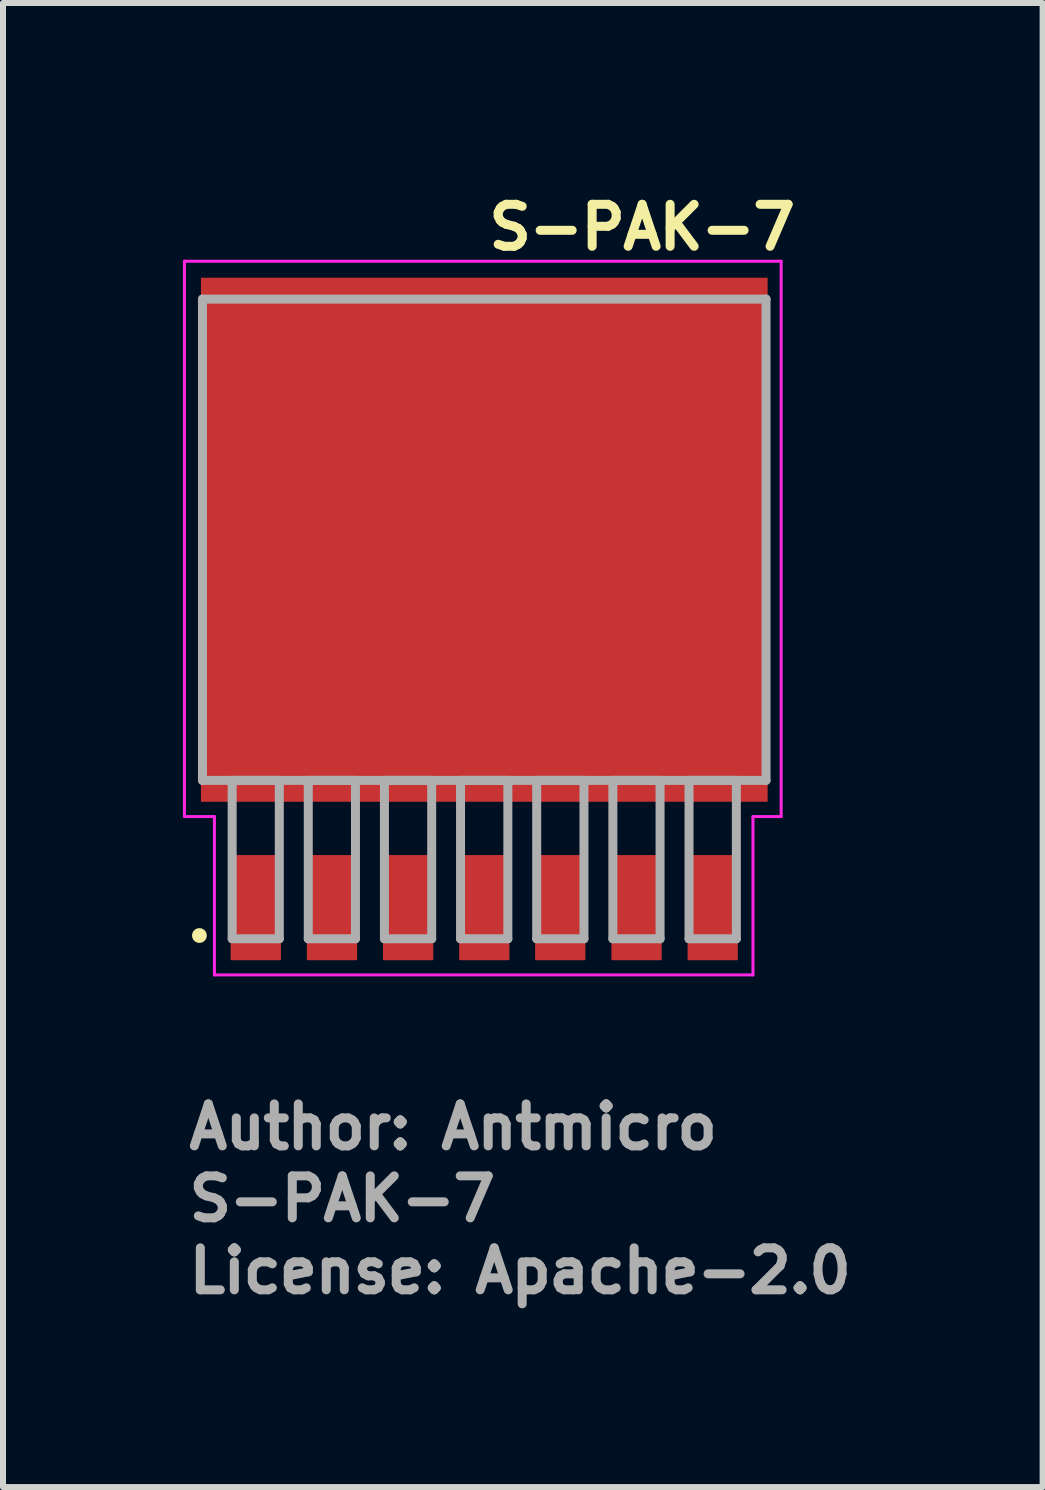
<source format=kicad_pcb>
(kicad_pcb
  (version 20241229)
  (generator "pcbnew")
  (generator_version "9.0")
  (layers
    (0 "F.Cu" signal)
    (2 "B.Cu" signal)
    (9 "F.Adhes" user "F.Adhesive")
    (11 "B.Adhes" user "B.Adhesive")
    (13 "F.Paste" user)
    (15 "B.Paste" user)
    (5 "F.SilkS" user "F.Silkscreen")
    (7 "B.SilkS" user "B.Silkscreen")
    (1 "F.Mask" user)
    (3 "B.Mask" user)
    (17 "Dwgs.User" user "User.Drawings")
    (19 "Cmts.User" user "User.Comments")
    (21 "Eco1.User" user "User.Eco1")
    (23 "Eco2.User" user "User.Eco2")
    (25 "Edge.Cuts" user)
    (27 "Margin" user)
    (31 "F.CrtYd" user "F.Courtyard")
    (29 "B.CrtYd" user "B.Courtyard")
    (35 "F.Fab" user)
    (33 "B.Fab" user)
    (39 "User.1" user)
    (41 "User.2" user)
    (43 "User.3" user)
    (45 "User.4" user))
  (footprint "S-PAK-7"
    (layer "F.Cu")
    (at 5.025 7.386)
    (property "Reference" "S-PAK-7" (at 0 -6.236 0) (unlocked yes) (layer "F.SilkS") (effects (font (size 0.7 0.7) (thickness 0.15)) (justify left bottom)))
    (attr smd)
    (fp_circle (center -4.75 5.163) (end -4.702 5.163) (stroke (width 0.15) (type solid)) (fill yes) (layer "F.SilkS"))
    (fp_line (start -5 -6.08) (end 4.95 -6.08) (stroke (width 0.05) (type solid)) (layer "F.CrtYd"))
    (fp_line (start -5 3.18) (end -5 -6.08) (stroke (width 0.05) (type solid)) (layer "F.CrtYd"))
    (fp_line (start -4.5 3.18) (end -5 3.18) (stroke (width 0.05) (type solid)) (layer "F.CrtYd"))
    (fp_line (start -4.5 5.82) (end -4.5 3.18) (stroke (width 0.05) (type solid)) (layer "F.CrtYd"))
    (fp_line (start 4.48 3.18) (end 4.48 5.82) (stroke (width 0.05) (type solid)) (layer "F.CrtYd"))
    (fp_line (start 4.48 5.82) (end -4.5 5.82) (stroke (width 0.05) (type solid)) (layer "F.CrtYd"))
    (fp_line (start 4.95 -6.08) (end 4.95 3.18) (stroke (width 0.05) (type solid)) (layer "F.CrtYd"))
    (fp_line (start 4.95 3.18) (end 4.48 3.18) (stroke (width 0.05) (type solid)) (layer "F.CrtYd"))
    (fp_line (start -4.699 -5.449) (end -4.699 2.576) (stroke (width 0.15) (type solid)) (layer "F.Fab"))
    (fp_line (start -4.699 2.576) (end 4.698 2.576) (stroke (width 0.15) (type solid)) (layer "F.Fab"))
    (fp_line (start -4.204 2.576) (end -4.204 5.217) (stroke (width 0.15) (type solid)) (layer "F.Fab"))
    (fp_line (start -4.204 5.217) (end -3.418 5.217) (stroke (width 0.15) (type solid)) (layer "F.Fab"))
    (fp_line (start -3.418 2.576) (end -4.204 2.576) (stroke (width 0.15) (type solid)) (layer "F.Fab"))
    (fp_line (start -3.418 5.217) (end -3.418 2.576) (stroke (width 0.15) (type solid)) (layer "F.Fab"))
    (fp_line (start -2.935 2.576) (end -2.935 5.217) (stroke (width 0.15) (type solid)) (layer "F.Fab"))
    (fp_line (start -2.935 5.217) (end -2.148 5.217) (stroke (width 0.15) (type solid)) (layer "F.Fab"))
    (fp_line (start -2.148 2.576) (end -2.935 2.576) (stroke (width 0.15) (type solid)) (layer "F.Fab"))
    (fp_line (start -2.148 5.217) (end -2.148 2.576) (stroke (width 0.15) (type solid)) (layer "F.Fab"))
    (fp_line (start -1.665 2.576) (end -1.665 5.217) (stroke (width 0.15) (type solid)) (layer "F.Fab"))
    (fp_line (start -1.665 5.217) (end -0.877 5.217) (stroke (width 0.15) (type solid)) (layer "F.Fab"))
    (fp_line (start -0.877 2.576) (end -1.665 2.576) (stroke (width 0.15) (type solid)) (layer "F.Fab"))
    (fp_line (start -0.877 5.217) (end -0.877 2.576) (stroke (width 0.15) (type solid)) (layer "F.Fab"))
    (fp_line (start -0.396 2.576) (end -0.396 5.217) (stroke (width 0.15) (type solid)) (layer "F.Fab"))
    (fp_line (start -0.396 5.217) (end 0.393 5.217) (stroke (width 0.15) (type solid)) (layer "F.Fab"))
    (fp_line (start 0.393 2.576) (end -0.396 2.576) (stroke (width 0.15) (type solid)) (layer "F.Fab"))
    (fp_line (start 0.393 5.217) (end 0.393 2.576) (stroke (width 0.15) (type solid)) (layer "F.Fab"))
    (fp_line (start 0.874 2.576) (end 0.874 5.217) (stroke (width 0.15) (type solid)) (layer "F.Fab"))
    (fp_line (start 0.874 5.217) (end 1.662 5.217) (stroke (width 0.15) (type solid)) (layer "F.Fab"))
    (fp_line (start 1.662 2.576) (end 0.874 2.576) (stroke (width 0.15) (type solid)) (layer "F.Fab"))
    (fp_line (start 1.662 5.217) (end 1.662 2.576) (stroke (width 0.15) (type solid)) (layer "F.Fab"))
    (fp_line (start 2.144 2.576) (end 2.144 5.217) (stroke (width 0.15) (type solid)) (layer "F.Fab"))
    (fp_line (start 2.144 5.217) (end 2.931 5.217) (stroke (width 0.15) (type solid)) (layer "F.Fab"))
    (fp_line (start 2.931 2.576) (end 2.144 2.576) (stroke (width 0.15) (type solid)) (layer "F.Fab"))
    (fp_line (start 2.931 5.217) (end 2.931 2.576) (stroke (width 0.15) (type solid)) (layer "F.Fab"))
    (fp_line (start 3.414 2.576) (end 3.414 5.217) (stroke (width 0.15) (type solid)) (layer "F.Fab"))
    (fp_line (start 3.414 5.217) (end 4.203 5.217) (stroke (width 0.15) (type solid)) (layer "F.Fab"))
    (fp_line (start 4.203 2.576) (end 3.414 2.576) (stroke (width 0.15) (type solid)) (layer "F.Fab"))
    (fp_line (start 4.203 5.217) (end 4.203 2.576) (stroke (width 0.15) (type solid)) (layer "F.Fab"))
    (fp_line (start 4.698 -5.449) (end -4.699 -5.449) (stroke (width 0.15) (type solid)) (layer "F.Fab"))
    (fp_line (start 4.698 2.576) (end 4.698 -5.449) (stroke (width 0.15) (type solid)) (layer "F.Fab"))
    (fp_rect (start -4.763 -5.335) (end 4.761 5.333) (stroke (width 0.1) (type solid)) (fill no) (layer "User.5"))
    (fp_line (start -4.763 -5.335) (end -4.763 4.062) (stroke (width 0.02) (type solid)) (layer "User.9"))
    (fp_line (start -4.763 4.062) (end 4.761 4.062) (stroke (width 0.02) (type solid)) (layer "User.9"))
    (fp_line (start -4.204 4.318) (end -4.204 4.062) (stroke (width 0.02) (type solid)) (layer "User.9"))
    (fp_line (start -4.204 4.791) (end -4.204 4.318) (stroke (width 0.02) (type solid)) (layer "User.9"))
    (fp_line (start -4.204 4.842) (end -4.204 4.791) (stroke (width 0.02) (type solid)) (layer "User.9"))
    (fp_line (start -4.204 5.078) (end -4.204 4.842) (stroke (width 0.02) (type solid)) (layer "User.9"))
    (fp_line (start -4.204 5.333) (end -4.204 5.078) (stroke (width 0.02) (type solid)) (layer "User.9"))
    (fp_line (start -4.05 2.818) (end -4.05 2.818) (stroke (width 0.02) (type solid)) (layer "User.9"))
    (fp_line (start -4.05 2.818) (end -4.048 2.83) (stroke (width 0.02) (type solid)) (layer "User.9"))
    (fp_line (start -4.048 2.805) (end -4.05 2.818) (stroke (width 0.02) (type solid)) (layer "User.9"))
    (fp_line (start -4.048 2.83) (end -4.047 2.842) (stroke (width 0.02) (type solid)) (layer "User.9"))
    (fp_line (start -4.047 2.781) (end -4.047 2.793) (stroke (width 0.02) (type solid)) (layer "User.9"))
    (fp_line (start -4.047 2.793) (end -4.048 2.805) (stroke (width 0.02) (type solid)) (layer "User.9"))
    (fp_line (start -4.047 2.842) (end -4.047 2.854) (stroke (width 0.02) (type solid)) (layer "User.9"))
    (fp_line (start -4.047 2.854) (end -4.045 2.865) (stroke (width 0.02) (type solid)) (layer "User.9"))
    (fp_line (start -4.045 2.769) (end -4.047 2.781) (stroke (width 0.02) (type solid)) (layer "User.9"))
    (fp_line (start -4.045 2.865) (end -4.042 2.877) (stroke (width 0.02) (type solid)) (layer "User.9"))
    (fp_line (start -4.042 2.757) (end -4.045 2.769) (stroke (width 0.02) (type solid)) (layer "User.9"))
    (fp_line (start -4.042 2.877) (end -4.039 2.887) (stroke (width 0.02) (type solid)) (layer "User.9"))
    (fp_line (start -4.039 2.746) (end -4.042 2.757) (stroke (width 0.02) (type solid)) (layer "User.9"))
    (fp_line (start -4.039 2.887) (end -4.034 2.898) (stroke (width 0.02) (type solid)) (layer "User.9"))
    (fp_line (start -4.034 2.736) (end -4.039 2.746) (stroke (width 0.02) (type solid)) (layer "User.9"))
    (fp_line (start -4.034 2.898) (end -4.031 2.91) (stroke (width 0.02) (type solid)) (layer "User.9"))
    (fp_line (start -4.031 2.725) (end -4.034 2.736) (stroke (width 0.02) (type solid)) (layer "User.9"))
    (fp_line (start -4.031 2.91) (end -4.026 2.921) (stroke (width 0.02) (type solid)) (layer "User.9"))
    (fp_line (start -4.026 2.713) (end -4.031 2.725) (stroke (width 0.02) (type solid)) (layer "User.9"))
    (fp_line (start -4.026 2.921) (end -4.021 2.93) (stroke (width 0.02) (type solid)) (layer "User.9"))
    (fp_line (start -4.021 2.704) (end -4.026 2.713) (stroke (width 0.02) (type solid)) (layer "User.9"))
    (fp_line (start -4.021 2.93) (end -4.015 2.941) (stroke (width 0.02) (type solid)) (layer "User.9"))
    (fp_line (start -4.015 2.693) (end -4.021 2.704) (stroke (width 0.02) (type solid)) (layer "User.9"))
    (fp_line (start -4.015 2.941) (end -4.008 2.951) (stroke (width 0.02) (type solid)) (layer "User.9"))
    (fp_line (start -4.008 2.684) (end -4.015 2.693) (stroke (width 0.02) (type solid)) (layer "User.9"))
    (fp_line (start -4.008 2.951) (end -4.002 2.959) (stroke (width 0.02) (type solid)) (layer "User.9"))
    (fp_line (start -4.002 2.675) (end -4.008 2.684) (stroke (width 0.02) (type solid)) (layer "User.9"))
    (fp_line (start -4.002 2.959) (end -3.995 2.968) (stroke (width 0.02) (type solid)) (layer "User.9"))
    (fp_line (start -3.995 2.665) (end -4.002 2.675) (stroke (width 0.02) (type solid)) (layer "User.9"))
    (fp_line (start -3.995 2.968) (end -3.988 2.978) (stroke (width 0.02) (type solid)) (layer "User.9"))
    (fp_line (start -3.988 2.656) (end -3.995 2.665) (stroke (width 0.02) (type solid)) (layer "User.9"))
    (fp_line (start -3.988 2.978) (end -3.98 2.986) (stroke (width 0.02) (type solid)) (layer "User.9"))
    (fp_line (start -3.98 2.648) (end -3.988 2.656) (stroke (width 0.02) (type solid)) (layer "User.9"))
    (fp_line (start -3.98 2.986) (end -3.972 2.994) (stroke (width 0.02) (type solid)) (layer "User.9"))
    (fp_line (start -3.972 2.64) (end -3.98 2.648) (stroke (width 0.02) (type solid)) (layer "User.9"))
    (fp_line (start -3.972 2.994) (end -3.963 3) (stroke (width 0.02) (type solid)) (layer "User.9"))
    (fp_line (start -3.963 2.633) (end -3.972 2.64) (stroke (width 0.02) (type solid)) (layer "User.9"))
    (fp_line (start -3.963 3) (end -3.954 3.007) (stroke (width 0.02) (type solid)) (layer "User.9"))
    (fp_line (start -3.954 2.627) (end -3.963 2.633) (stroke (width 0.02) (type solid)) (layer "User.9"))
    (fp_line (start -3.954 3.007) (end -3.944 3.015) (stroke (width 0.02) (type solid)) (layer "User.9"))
    (fp_line (start -3.944 2.62) (end -3.954 2.627) (stroke (width 0.02) (type solid)) (layer "User.9"))
    (fp_line (start -3.944 3.015) (end -3.935 3.02) (stroke (width 0.02) (type solid)) (layer "User.9"))
    (fp_line (start -3.935 2.613) (end -3.944 2.62) (stroke (width 0.02) (type solid)) (layer "User.9"))
    (fp_line (start -3.935 3.02) (end -3.924 3.027) (stroke (width 0.02) (type solid)) (layer "User.9"))
    (fp_line (start -3.924 2.608) (end -3.935 2.613) (stroke (width 0.02) (type solid)) (layer "User.9"))
    (fp_line (start -3.924 3.027) (end -3.915 3.031) (stroke (width 0.02) (type solid)) (layer "User.9"))
    (fp_line (start -3.915 2.603) (end -3.924 2.608) (stroke (width 0.02) (type solid)) (layer "User.9"))
    (fp_line (start -3.915 3.031) (end -3.903 3.036) (stroke (width 0.02) (type solid)) (layer "User.9"))
    (fp_line (start -3.903 2.597) (end -3.915 2.603) (stroke (width 0.02) (type solid)) (layer "User.9"))
    (fp_line (start -3.903 3.036) (end -3.892 3.04) (stroke (width 0.02) (type solid)) (layer "User.9"))
    (fp_line (start -3.892 2.593) (end -3.903 2.597) (stroke (width 0.02) (type solid)) (layer "User.9"))
    (fp_line (start -3.892 3.04) (end -3.882 3.044) (stroke (width 0.02) (type solid)) (layer "User.9"))
    (fp_line (start -3.882 2.589) (end -3.892 2.593) (stroke (width 0.02) (type solid)) (layer "User.9"))
    (fp_line (start -3.882 3.044) (end -3.871 3.047) (stroke (width 0.02) (type solid)) (layer "User.9"))
    (fp_line (start -3.871 2.587) (end -3.882 2.589) (stroke (width 0.02) (type solid)) (layer "User.9"))
    (fp_line (start -3.871 3.047) (end -3.859 3.051) (stroke (width 0.02) (type solid)) (layer "User.9"))
    (fp_line (start -3.859 2.584) (end -3.871 2.587) (stroke (width 0.02) (type solid)) (layer "User.9"))
    (fp_line (start -3.859 3.051) (end -3.847 3.052) (stroke (width 0.02) (type solid)) (layer "User.9"))
    (fp_line (start -3.847 2.581) (end -3.859 2.584) (stroke (width 0.02) (type solid)) (layer "User.9"))
    (fp_line (start -3.847 3.052) (end -3.835 3.054) (stroke (width 0.02) (type solid)) (layer "User.9"))
    (fp_line (start -3.835 2.58) (end -3.847 2.581) (stroke (width 0.02) (type solid)) (layer "User.9"))
    (fp_line (start -3.835 3.054) (end -3.823 3.055) (stroke (width 0.02) (type solid)) (layer "User.9"))
    (fp_line (start -3.823 2.58) (end -3.835 2.58) (stroke (width 0.02) (type solid)) (layer "User.9"))
    (fp_line (start -3.823 3.055) (end -3.81 3.055) (stroke (width 0.02) (type solid)) (layer "User.9"))
    (fp_line (start -3.81 2.579) (end -3.823 2.58) (stroke (width 0.02) (type solid)) (layer "User.9"))
    (fp_line (start -3.81 2.579) (end -3.81 2.579) (stroke (width 0.02) (type solid)) (layer "User.9"))
    (fp_line (start -3.81 3.055) (end -3.81 3.055) (stroke (width 0.02) (type solid)) (layer "User.9"))
    (fp_line (start -3.81 3.055) (end -3.798 3.055) (stroke (width 0.02) (type solid)) (layer "User.9"))
    (fp_line (start -3.798 2.58) (end -3.81 2.579) (stroke (width 0.02) (type solid)) (layer "User.9"))
    (fp_line (start -3.798 3.055) (end -3.786 3.054) (stroke (width 0.02) (type solid)) (layer "User.9"))
    (fp_line (start -3.786 2.58) (end -3.798 2.58) (stroke (width 0.02) (type solid)) (layer "User.9"))
    (fp_line (start -3.786 3.054) (end -3.774 3.052) (stroke (width 0.02) (type solid)) (layer "User.9"))
    (fp_line (start -3.774 2.581) (end -3.786 2.58) (stroke (width 0.02) (type solid)) (layer "User.9"))
    (fp_line (start -3.774 3.052) (end -3.763 3.051) (stroke (width 0.02) (type solid)) (layer "User.9"))
    (fp_line (start -3.763 2.584) (end -3.774 2.581) (stroke (width 0.02) (type solid)) (layer "User.9"))
    (fp_line (start -3.763 3.051) (end -3.751 3.047) (stroke (width 0.02) (type solid)) (layer "User.9"))
    (fp_line (start -3.751 2.587) (end -3.763 2.584) (stroke (width 0.02) (type solid)) (layer "User.9"))
    (fp_line (start -3.751 3.047) (end -3.741 3.044) (stroke (width 0.02) (type solid)) (layer "User.9"))
    (fp_line (start -3.741 2.589) (end -3.751 2.587) (stroke (width 0.02) (type solid)) (layer "User.9"))
    (fp_line (start -3.741 3.044) (end -3.73 3.04) (stroke (width 0.02) (type solid)) (layer "User.9"))
    (fp_line (start -3.73 2.593) (end -3.741 2.589) (stroke (width 0.02) (type solid)) (layer "User.9"))
    (fp_line (start -3.73 3.04) (end -3.718 3.036) (stroke (width 0.02) (type solid)) (layer "User.9"))
    (fp_line (start -3.718 2.597) (end -3.73 2.593) (stroke (width 0.02) (type solid)) (layer "User.9"))
    (fp_line (start -3.718 3.036) (end -3.708 3.031) (stroke (width 0.02) (type solid)) (layer "User.9"))
    (fp_line (start -3.708 2.603) (end -3.718 2.597) (stroke (width 0.02) (type solid)) (layer "User.9"))
    (fp_line (start -3.708 3.031) (end -3.697 3.027) (stroke (width 0.02) (type solid)) (layer "User.9"))
    (fp_line (start -3.697 2.608) (end -3.708 2.603) (stroke (width 0.02) (type solid)) (layer "User.9"))
    (fp_line (start -3.697 3.027) (end -3.688 3.02) (stroke (width 0.02) (type solid)) (layer "User.9"))
    (fp_line (start -3.688 2.613) (end -3.697 2.608) (stroke (width 0.02) (type solid)) (layer "User.9"))
    (fp_line (start -3.688 3.02) (end -3.677 3.015) (stroke (width 0.02) (type solid)) (layer "User.9"))
    (fp_line (start -3.677 2.62) (end -3.688 2.613) (stroke (width 0.02) (type solid)) (layer "User.9"))
    (fp_line (start -3.677 3.015) (end -3.669 3.007) (stroke (width 0.02) (type solid)) (layer "User.9"))
    (fp_line (start -3.669 2.627) (end -3.677 2.62) (stroke (width 0.02) (type solid)) (layer "User.9"))
    (fp_line (start -3.669 3.007) (end -3.66 3) (stroke (width 0.02) (type solid)) (layer "User.9"))
    (fp_line (start -3.66 2.633) (end -3.669 2.627) (stroke (width 0.02) (type solid)) (layer "User.9"))
    (fp_line (start -3.66 3) (end -3.65 2.994) (stroke (width 0.02) (type solid)) (layer "User.9"))
    (fp_line (start -3.65 2.64) (end -3.66 2.633) (stroke (width 0.02) (type solid)) (layer "User.9"))
    (fp_line (start -3.65 2.994) (end -3.642 2.986) (stroke (width 0.02) (type solid)) (layer "User.9"))
    (fp_line (start -3.642 2.648) (end -3.65 2.64) (stroke (width 0.02) (type solid)) (layer "User.9"))
    (fp_line (start -3.642 2.986) (end -3.634 2.978) (stroke (width 0.02) (type solid)) (layer "User.9"))
    (fp_line (start -3.634 2.656) (end -3.642 2.648) (stroke (width 0.02) (type solid)) (layer "User.9"))
    (fp_line (start -3.634 2.978) (end -3.628 2.968) (stroke (width 0.02) (type solid)) (layer "User.9"))
    (fp_line (start -3.628 2.665) (end -3.634 2.656) (stroke (width 0.02) (type solid)) (layer "User.9"))
    (fp_line (start -3.628 2.968) (end -3.621 2.959) (stroke (width 0.02) (type solid)) (layer "User.9"))
    (fp_line (start -3.621 2.675) (end -3.628 2.665) (stroke (width 0.02) (type solid)) (layer "User.9"))
    (fp_line (start -3.621 2.959) (end -3.613 2.951) (stroke (width 0.02) (type solid)) (layer "User.9"))
    (fp_line (start -3.613 2.684) (end -3.621 2.675) (stroke (width 0.02) (type solid)) (layer "User.9"))
    (fp_line (start -3.613 2.951) (end -3.608 2.941) (stroke (width 0.02) (type solid)) (layer "User.9"))
    (fp_line (start -3.608 2.693) (end -3.613 2.684) (stroke (width 0.02) (type solid)) (layer "User.9"))
    (fp_line (start -3.608 2.941) (end -3.601 2.93) (stroke (width 0.02) (type solid)) (layer "User.9"))
    (fp_line (start -3.601 2.704) (end -3.608 2.693) (stroke (width 0.02) (type solid)) (layer "User.9"))
    (fp_line (start -3.601 2.93) (end -3.597 2.921) (stroke (width 0.02) (type solid)) (layer "User.9"))
    (fp_line (start -3.597 2.713) (end -3.601 2.704) (stroke (width 0.02) (type solid)) (layer "User.9"))
    (fp_line (start -3.597 2.921) (end -3.592 2.91) (stroke (width 0.02) (type solid)) (layer "User.9"))
    (fp_line (start -3.592 2.725) (end -3.597 2.713) (stroke (width 0.02) (type solid)) (layer "User.9"))
    (fp_line (start -3.592 2.91) (end -3.588 2.898) (stroke (width 0.02) (type solid)) (layer "User.9"))
    (fp_line (start -3.588 2.736) (end -3.592 2.725) (stroke (width 0.02) (type solid)) (layer "User.9"))
    (fp_line (start -3.588 2.898) (end -3.584 2.887) (stroke (width 0.02) (type solid)) (layer "User.9"))
    (fp_line (start -3.584 2.746) (end -3.588 2.736) (stroke (width 0.02) (type solid)) (layer "User.9"))
    (fp_line (start -3.584 2.887) (end -3.58 2.877) (stroke (width 0.02) (type solid)) (layer "User.9"))
    (fp_line (start -3.58 2.757) (end -3.584 2.746) (stroke (width 0.02) (type solid)) (layer "User.9"))
    (fp_line (start -3.58 2.877) (end -3.577 2.865) (stroke (width 0.02) (type solid)) (layer "User.9"))
    (fp_line (start -3.577 2.769) (end -3.58 2.757) (stroke (width 0.02) (type solid)) (layer "User.9"))
    (fp_line (start -3.577 2.865) (end -3.576 2.854) (stroke (width 0.02) (type solid)) (layer "User.9"))
    (fp_line (start -3.576 2.781) (end -3.577 2.769) (stroke (width 0.02) (type solid)) (layer "User.9"))
    (fp_line (start -3.576 2.854) (end -3.575 2.842) (stroke (width 0.02) (type solid)) (layer "User.9"))
    (fp_line (start -3.575 2.793) (end -3.576 2.781) (stroke (width 0.02) (type solid)) (layer "User.9"))
    (fp_line (start -3.575 2.842) (end -3.573 2.83) (stroke (width 0.02) (type solid)) (layer "User.9"))
    (fp_line (start -3.573 2.805) (end -3.575 2.793) (stroke (width 0.02) (type solid)) (layer "User.9"))
    (fp_line (start -3.573 2.83) (end -3.572 2.818) (stroke (width 0.02) (type solid)) (layer "User.9"))
    (fp_line (start -3.572 2.818) (end -3.573 2.805) (stroke (width 0.02) (type solid)) (layer "User.9"))
    (fp_line (start -3.572 2.818) (end -3.572 2.818) (stroke (width 0.02) (type solid)) (layer "User.9"))
    (fp_line (start -3.572 2.818) (end -3.572 2.818) (stroke (width 0.02) (type solid)) (layer "User.9"))
    (fp_line (start -3.416 4.062) (end -3.416 4.318) (stroke (width 0.02) (type solid)) (layer "User.9"))
    (fp_line (start -3.416 4.318) (end -3.416 4.791) (stroke (width 0.02) (type solid)) (layer "User.9"))
    (fp_line (start -3.416 4.791) (end -3.416 4.842) (stroke (width 0.02) (type solid)) (layer "User.9"))
    (fp_line (start -3.416 4.842) (end -3.416 5.078) (stroke (width 0.02) (type solid)) (layer "User.9"))
    (fp_line (start -3.416 5.078) (end -3.416 5.333) (stroke (width 0.02) (type solid)) (layer "User.9"))
    (fp_line (start -3.416 5.333) (end -4.204 5.333) (stroke (width 0.02) (type solid)) (layer "User.9"))
    (fp_line (start -2.935 4.318) (end -2.935 4.062) (stroke (width 0.02) (type solid)) (layer "User.9"))
    (fp_line (start -2.935 4.791) (end -2.935 4.318) (stroke (width 0.02) (type solid)) (layer "User.9"))
    (fp_line (start -2.935 4.842) (end -2.935 4.791) (stroke (width 0.02) (type solid)) (layer "User.9"))
    (fp_line (start -2.935 5.078) (end -2.935 4.842) (stroke (width 0.02) (type solid)) (layer "User.9"))
    (fp_line (start -2.935 5.333) (end -2.935 5.078) (stroke (width 0.02) (type solid)) (layer "User.9"))
    (fp_line (start -2.146 4.062) (end -2.146 4.318) (stroke (width 0.02) (type solid)) (layer "User.9"))
    (fp_line (start -2.146 4.318) (end -2.146 4.791) (stroke (width 0.02) (type solid)) (layer "User.9"))
    (fp_line (start -2.146 4.791) (end -2.146 4.842) (stroke (width 0.02) (type solid)) (layer "User.9"))
    (fp_line (start -2.146 4.842) (end -2.146 5.078) (stroke (width 0.02) (type solid)) (layer "User.9"))
    (fp_line (start -2.146 5.078) (end -2.146 5.333) (stroke (width 0.02) (type solid)) (layer "User.9"))
    (fp_line (start -2.146 5.333) (end -2.935 5.333) (stroke (width 0.02) (type solid)) (layer "User.9"))
    (fp_line (start -1.665 4.318) (end -1.665 4.062) (stroke (width 0.02) (type solid)) (layer "User.9"))
    (fp_line (start -1.665 4.791) (end -1.665 4.318) (stroke (width 0.02) (type solid)) (layer "User.9"))
    (fp_line (start -1.665 4.842) (end -1.665 4.791) (stroke (width 0.02) (type solid)) (layer "User.9"))
    (fp_line (start -1.665 5.078) (end -1.665 4.842) (stroke (width 0.02) (type solid)) (layer "User.9"))
    (fp_line (start -1.665 5.333) (end -1.665 5.078) (stroke (width 0.02) (type solid)) (layer "User.9"))
    (fp_line (start -0.876 4.062) (end -0.876 4.318) (stroke (width 0.02) (type solid)) (layer "User.9"))
    (fp_line (start -0.876 4.318) (end -0.876 4.791) (stroke (width 0.02) (type solid)) (layer "User.9"))
    (fp_line (start -0.876 4.791) (end -0.876 4.842) (stroke (width 0.02) (type solid)) (layer "User.9"))
    (fp_line (start -0.876 4.842) (end -0.876 5.078) (stroke (width 0.02) (type solid)) (layer "User.9"))
    (fp_line (start -0.876 5.078) (end -0.876 5.333) (stroke (width 0.02) (type solid)) (layer "User.9"))
    (fp_line (start -0.876 5.333) (end -1.665 5.333) (stroke (width 0.02) (type solid)) (layer "User.9"))
    (fp_line (start -0.396 4.318) (end -0.396 4.062) (stroke (width 0.02) (type solid)) (layer "User.9"))
    (fp_line (start -0.396 4.791) (end -0.396 4.318) (stroke (width 0.02) (type solid)) (layer "User.9"))
    (fp_line (start -0.396 4.842) (end -0.396 4.791) (stroke (width 0.02) (type solid)) (layer "User.9"))
    (fp_line (start -0.396 5.078) (end -0.396 4.842) (stroke (width 0.02) (type solid)) (layer "User.9"))
    (fp_line (start -0.396 5.333) (end -0.396 5.078) (stroke (width 0.02) (type solid)) (layer "User.9"))
    (fp_line (start 0.394 4.062) (end 0.394 4.318) (stroke (width 0.02) (type solid)) (layer "User.9"))
    (fp_line (start 0.394 4.318) (end 0.394 4.791) (stroke (width 0.02) (type solid)) (layer "User.9"))
    (fp_line (start 0.394 4.791) (end 0.394 4.842) (stroke (width 0.02) (type solid)) (layer "User.9"))
    (fp_line (start 0.394 4.842) (end 0.394 5.078) (stroke (width 0.02) (type solid)) (layer "User.9"))
    (fp_line (start 0.394 5.078) (end 0.394 5.333) (stroke (width 0.02) (type solid)) (layer "User.9"))
    (fp_line (start 0.394 5.333) (end -0.396 5.333) (stroke (width 0.02) (type solid)) (layer "User.9"))
    (fp_line (start 0.874 4.318) (end 0.874 4.062) (stroke (width 0.02) (type solid)) (layer "User.9"))
    (fp_line (start 0.874 4.791) (end 0.874 4.318) (stroke (width 0.02) (type solid)) (layer "User.9"))
    (fp_line (start 0.874 4.842) (end 0.874 4.791) (stroke (width 0.02) (type solid)) (layer "User.9"))
    (fp_line (start 0.874 5.078) (end 0.874 4.842) (stroke (width 0.02) (type solid)) (layer "User.9"))
    (fp_line (start 0.874 5.333) (end 0.874 5.078) (stroke (width 0.02) (type solid)) (layer "User.9"))
    (fp_line (start 1.662 4.062) (end 1.662 4.318) (stroke (width 0.02) (type solid)) (layer "User.9"))
    (fp_line (start 1.662 4.318) (end 1.662 4.791) (stroke (width 0.02) (type solid)) (layer "User.9"))
    (fp_line (start 1.662 4.791) (end 1.662 4.842) (stroke (width 0.02) (type solid)) (layer "User.9"))
    (fp_line (start 1.662 4.842) (end 1.662 5.078) (stroke (width 0.02) (type solid)) (layer "User.9"))
    (fp_line (start 1.662 5.078) (end 1.662 5.333) (stroke (width 0.02) (type solid)) (layer "User.9"))
    (fp_line (start 1.662 5.333) (end 0.874 5.333) (stroke (width 0.02) (type solid)) (layer "User.9"))
    (fp_line (start 2.144 4.318) (end 2.144 4.062) (stroke (width 0.02) (type solid)) (layer "User.9"))
    (fp_line (start 2.144 4.791) (end 2.144 4.318) (stroke (width 0.02) (type solid)) (layer "User.9"))
    (fp_line (start 2.144 4.842) (end 2.144 4.791) (stroke (width 0.02) (type solid)) (layer "User.9"))
    (fp_line (start 2.144 5.078) (end 2.144 4.842) (stroke (width 0.02) (type solid)) (layer "User.9"))
    (fp_line (start 2.144 5.333) (end 2.144 5.078) (stroke (width 0.02) (type solid)) (layer "User.9"))
    (fp_line (start 2.934 4.062) (end 2.934 4.318) (stroke (width 0.02) (type solid)) (layer "User.9"))
    (fp_line (start 2.934 4.318) (end 2.934 4.791) (stroke (width 0.02) (type solid)) (layer "User.9"))
    (fp_line (start 2.934 4.791) (end 2.934 4.842) (stroke (width 0.02) (type solid)) (layer "User.9"))
    (fp_line (start 2.934 4.842) (end 2.934 5.078) (stroke (width 0.02) (type solid)) (layer "User.9"))
    (fp_line (start 2.934 5.078) (end 2.934 5.333) (stroke (width 0.02) (type solid)) (layer "User.9"))
    (fp_line (start 2.934 5.333) (end 2.144 5.333) (stroke (width 0.02) (type solid)) (layer "User.9"))
    (fp_line (start 3.414 4.318) (end 3.414 4.062) (stroke (width 0.02) (type solid)) (layer "User.9"))
    (fp_line (start 3.414 4.791) (end 3.414 4.318) (stroke (width 0.02) (type solid)) (layer "User.9"))
    (fp_line (start 3.414 4.842) (end 3.414 4.791) (stroke (width 0.02) (type solid)) (layer "User.9"))
    (fp_line (start 3.414 5.078) (end 3.414 4.842) (stroke (width 0.02) (type solid)) (layer "User.9"))
    (fp_line (start 3.414 5.333) (end 3.414 5.078) (stroke (width 0.02) (type solid)) (layer "User.9"))
    (fp_line (start 4.203 4.062) (end 4.203 4.318) (stroke (width 0.02) (type solid)) (layer "User.9"))
    (fp_line (start 4.203 4.318) (end 4.203 4.791) (stroke (width 0.02) (type solid)) (layer "User.9"))
    (fp_line (start 4.203 4.791) (end 4.203 4.842) (stroke (width 0.02) (type solid)) (layer "User.9"))
    (fp_line (start 4.203 4.842) (end 4.203 5.078) (stroke (width 0.02) (type solid)) (layer "User.9"))
    (fp_line (start 4.203 5.078) (end 4.203 5.333) (stroke (width 0.02) (type solid)) (layer "User.9"))
    (fp_line (start 4.203 5.333) (end 3.414 5.333) (stroke (width 0.02) (type solid)) (layer "User.9"))
    (fp_line (start 4.761 -5.335) (end -4.763 -5.335) (stroke (width 0.02) (type solid)) (layer "User.9"))
    (fp_line (start 4.761 4.062) (end 4.761 -5.335) (stroke (width 0.02) (type solid)) (layer "User.9"))
    (fp_text user "Author: Antmicro" (at -5 8.764 0) (layer "F.Fab") (effects (font (size 0.7 0.7) (thickness 0.15)) (justify left bottom)))
    (fp_text user "${REFERENCE}" (at -5 9.964 0) (unlocked yes) (layer "F.Fab") (effects (font (size 0.7 0.7) (thickness 0.15)) (justify left bottom)))
    (fp_text user "License: Apache-2.0" (at -5 11.164 0) (layer "F.Fab") (effects (font (size 0.7 0.7) (thickness 0.15)) (justify left bottom)))
    (pad "1" smd rect (at -3.81 4.698) (size 0.838 1.753) (layers "F.Cu" "F.Mask" "F.Paste"))
    (pad "2" smd rect (at -2.54 4.698) (size 0.838 1.753) (layers "F.Cu" "F.Mask" "F.Paste"))
    (pad "3" smd rect (at -1.27 4.698) (size 0.838 1.753) (layers "F.Cu" "F.Mask" "F.Paste"))
    (pad "4" smd rect (at 0 4.698) (size 0.838 1.753) (layers "F.Cu" "F.Mask" "F.Paste"))
    (pad "5" smd rect (at 1.267 4.698) (size 0.838 1.753) (layers "F.Cu" "F.Mask" "F.Paste"))
    (pad "6" smd rect (at 2.539 4.698) (size 0.838 1.753) (layers "F.Cu" "F.Mask" "F.Paste"))
    (pad "7" smd rect (at 3.809 4.698) (size 0.838 1.753) (layers "F.Cu" "F.Mask" "F.Paste"))
    (pad "8" smd rect (at 0 -1.436) (size 9.449 8.738) (layers "F.Cu" "F.Mask" "F.Paste")))
  (gr_rect
    (start -3 -3)
    (end 14.335 21.745)
    (stroke (width 0.1) (type default))
    (fill no)
    (layer "Edge.Cuts")))
</source>
